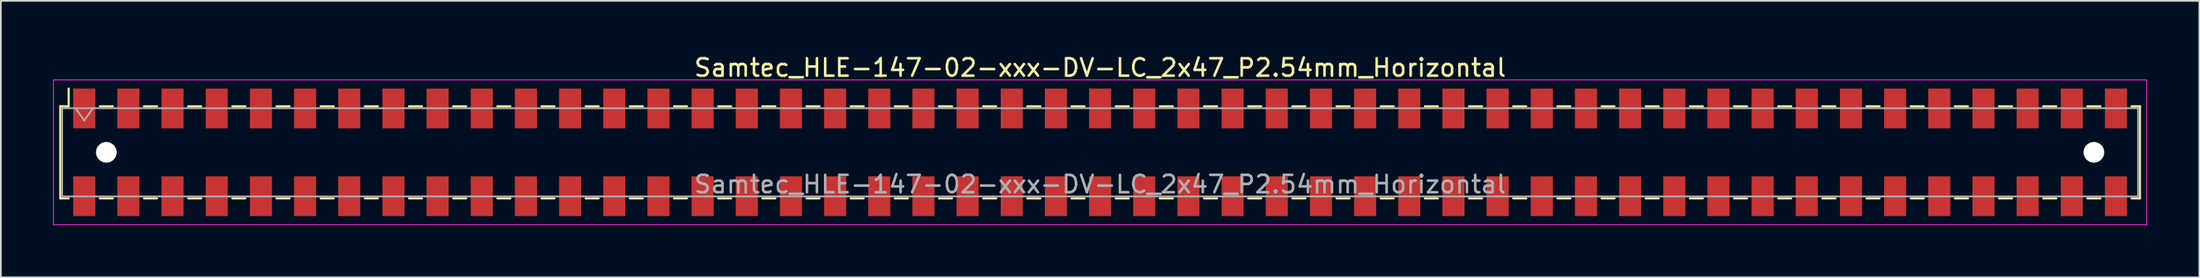
<source format=kicad_pcb>
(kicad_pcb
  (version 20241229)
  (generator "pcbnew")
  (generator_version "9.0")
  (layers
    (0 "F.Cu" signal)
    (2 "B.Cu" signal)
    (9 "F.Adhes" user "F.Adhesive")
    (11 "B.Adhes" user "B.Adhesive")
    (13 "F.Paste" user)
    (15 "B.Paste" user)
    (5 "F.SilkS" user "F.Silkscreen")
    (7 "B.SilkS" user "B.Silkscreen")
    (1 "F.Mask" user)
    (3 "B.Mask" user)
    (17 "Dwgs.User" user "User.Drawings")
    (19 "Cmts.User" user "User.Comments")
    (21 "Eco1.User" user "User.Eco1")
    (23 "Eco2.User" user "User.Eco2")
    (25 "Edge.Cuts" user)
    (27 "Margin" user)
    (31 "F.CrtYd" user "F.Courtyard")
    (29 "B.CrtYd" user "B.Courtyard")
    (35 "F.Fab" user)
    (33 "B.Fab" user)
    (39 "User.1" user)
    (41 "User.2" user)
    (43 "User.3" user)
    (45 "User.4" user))
  (footprint "Samtec_HLE-147-02-xxx-DV-LC_2x47_P2.54mm_Horizontal"
    (layer "F.Cu")
    (at 60.215 5.718)
    (property "Reference" "Samtec_HLE-147-02-xxx-DV-LC_2x47_P2.54mm_Horizontal" (at 0 -4.87 0) (layer "F.SilkS") (effects (font (size 1 1) (thickness 0.15))))
    (attr smd)
    (fp_line (start -59.8 -2.65) (end -59.8 2.65) (stroke (width 0.12) (type solid)) (layer "F.SilkS"))
    (fp_line (start -59.8 2.65) (end -59.315 2.65) (stroke (width 0.12) (type solid)) (layer "F.SilkS"))
    (fp_line (start -59.315 -3.67) (end -59.315 -2.65) (stroke (width 0.12) (type solid)) (layer "F.SilkS"))
    (fp_line (start -59.315 -2.65) (end -59.8 -2.65) (stroke (width 0.12) (type solid)) (layer "F.SilkS"))
    (fp_line (start -57.525 -2.65) (end -56.775 -2.65) (stroke (width 0.12) (type solid)) (layer "F.SilkS"))
    (fp_line (start -57.525 2.65) (end -56.775 2.65) (stroke (width 0.12) (type solid)) (layer "F.SilkS"))
    (fp_line (start -54.985 -2.65) (end -54.235 -2.65) (stroke (width 0.12) (type solid)) (layer "F.SilkS"))
    (fp_line (start -54.985 2.65) (end -54.235 2.65) (stroke (width 0.12) (type solid)) (layer "F.SilkS"))
    (fp_line (start -52.445 -2.65) (end -51.695 -2.65) (stroke (width 0.12) (type solid)) (layer "F.SilkS"))
    (fp_line (start -52.445 2.65) (end -51.695 2.65) (stroke (width 0.12) (type solid)) (layer "F.SilkS"))
    (fp_line (start -49.905 -2.65) (end -49.155 -2.65) (stroke (width 0.12) (type solid)) (layer "F.SilkS"))
    (fp_line (start -49.905 2.65) (end -49.155 2.65) (stroke (width 0.12) (type solid)) (layer "F.SilkS"))
    (fp_line (start -47.365 -2.65) (end -46.615 -2.65) (stroke (width 0.12) (type solid)) (layer "F.SilkS"))
    (fp_line (start -47.365 2.65) (end -46.615 2.65) (stroke (width 0.12) (type solid)) (layer "F.SilkS"))
    (fp_line (start -44.825 -2.65) (end -44.075 -2.65) (stroke (width 0.12) (type solid)) (layer "F.SilkS"))
    (fp_line (start -44.825 2.65) (end -44.075 2.65) (stroke (width 0.12) (type solid)) (layer "F.SilkS"))
    (fp_line (start -42.285 -2.65) (end -41.535 -2.65) (stroke (width 0.12) (type solid)) (layer "F.SilkS"))
    (fp_line (start -42.285 2.65) (end -41.535 2.65) (stroke (width 0.12) (type solid)) (layer "F.SilkS"))
    (fp_line (start -39.745 -2.65) (end -38.995 -2.65) (stroke (width 0.12) (type solid)) (layer "F.SilkS"))
    (fp_line (start -39.745 2.65) (end -38.995 2.65) (stroke (width 0.12) (type solid)) (layer "F.SilkS"))
    (fp_line (start -37.205 -2.65) (end -36.455 -2.65) (stroke (width 0.12) (type solid)) (layer "F.SilkS"))
    (fp_line (start -37.205 2.65) (end -36.455 2.65) (stroke (width 0.12) (type solid)) (layer "F.SilkS"))
    (fp_line (start -34.665 -2.65) (end -33.915 -2.65) (stroke (width 0.12) (type solid)) (layer "F.SilkS"))
    (fp_line (start -34.665 2.65) (end -33.915 2.65) (stroke (width 0.12) (type solid)) (layer "F.SilkS"))
    (fp_line (start -32.125 -2.65) (end -31.375 -2.65) (stroke (width 0.12) (type solid)) (layer "F.SilkS"))
    (fp_line (start -32.125 2.65) (end -31.375 2.65) (stroke (width 0.12) (type solid)) (layer "F.SilkS"))
    (fp_line (start -29.585 -2.65) (end -28.835 -2.65) (stroke (width 0.12) (type solid)) (layer "F.SilkS"))
    (fp_line (start -29.585 2.65) (end -28.835 2.65) (stroke (width 0.12) (type solid)) (layer "F.SilkS"))
    (fp_line (start -27.045 -2.65) (end -26.295 -2.65) (stroke (width 0.12) (type solid)) (layer "F.SilkS"))
    (fp_line (start -27.045 2.65) (end -26.295 2.65) (stroke (width 0.12) (type solid)) (layer "F.SilkS"))
    (fp_line (start -24.505 -2.65) (end -23.755 -2.65) (stroke (width 0.12) (type solid)) (layer "F.SilkS"))
    (fp_line (start -24.505 2.65) (end -23.755 2.65) (stroke (width 0.12) (type solid)) (layer "F.SilkS"))
    (fp_line (start -21.965 -2.65) (end -21.215 -2.65) (stroke (width 0.12) (type solid)) (layer "F.SilkS"))
    (fp_line (start -21.965 2.65) (end -21.215 2.65) (stroke (width 0.12) (type solid)) (layer "F.SilkS"))
    (fp_line (start -19.425 -2.65) (end -18.675 -2.65) (stroke (width 0.12) (type solid)) (layer "F.SilkS"))
    (fp_line (start -19.425 2.65) (end -18.675 2.65) (stroke (width 0.12) (type solid)) (layer "F.SilkS"))
    (fp_line (start -16.885 -2.65) (end -16.135 -2.65) (stroke (width 0.12) (type solid)) (layer "F.SilkS"))
    (fp_line (start -16.885 2.65) (end -16.135 2.65) (stroke (width 0.12) (type solid)) (layer "F.SilkS"))
    (fp_line (start -14.345 -2.65) (end -13.595 -2.65) (stroke (width 0.12) (type solid)) (layer "F.SilkS"))
    (fp_line (start -14.345 2.65) (end -13.595 2.65) (stroke (width 0.12) (type solid)) (layer "F.SilkS"))
    (fp_line (start -11.805 -2.65) (end -11.055 -2.65) (stroke (width 0.12) (type solid)) (layer "F.SilkS"))
    (fp_line (start -11.805 2.65) (end -11.055 2.65) (stroke (width 0.12) (type solid)) (layer "F.SilkS"))
    (fp_line (start -9.265 -2.65) (end -8.515 -2.65) (stroke (width 0.12) (type solid)) (layer "F.SilkS"))
    (fp_line (start -9.265 2.65) (end -8.515 2.65) (stroke (width 0.12) (type solid)) (layer "F.SilkS"))
    (fp_line (start -6.725 -2.65) (end -5.975 -2.65) (stroke (width 0.12) (type solid)) (layer "F.SilkS"))
    (fp_line (start -6.725 2.65) (end -5.975 2.65) (stroke (width 0.12) (type solid)) (layer "F.SilkS"))
    (fp_line (start -4.185 -2.65) (end -3.435 -2.65) (stroke (width 0.12) (type solid)) (layer "F.SilkS"))
    (fp_line (start -4.185 2.65) (end -3.435 2.65) (stroke (width 0.12) (type solid)) (layer "F.SilkS"))
    (fp_line (start -1.645 -2.65) (end -0.895 -2.65) (stroke (width 0.12) (type solid)) (layer "F.SilkS"))
    (fp_line (start -1.645 2.65) (end -0.895 2.65) (stroke (width 0.12) (type solid)) (layer "F.SilkS"))
    (fp_line (start 0.895 -2.65) (end 1.645 -2.65) (stroke (width 0.12) (type solid)) (layer "F.SilkS"))
    (fp_line (start 0.895 2.65) (end 1.645 2.65) (stroke (width 0.12) (type solid)) (layer "F.SilkS"))
    (fp_line (start 3.435 -2.65) (end 4.185 -2.65) (stroke (width 0.12) (type solid)) (layer "F.SilkS"))
    (fp_line (start 3.435 2.65) (end 4.185 2.65) (stroke (width 0.12) (type solid)) (layer "F.SilkS"))
    (fp_line (start 5.975 -2.65) (end 6.725 -2.65) (stroke (width 0.12) (type solid)) (layer "F.SilkS"))
    (fp_line (start 5.975 2.65) (end 6.725 2.65) (stroke (width 0.12) (type solid)) (layer "F.SilkS"))
    (fp_line (start 8.515 -2.65) (end 9.265 -2.65) (stroke (width 0.12) (type solid)) (layer "F.SilkS"))
    (fp_line (start 8.515 2.65) (end 9.265 2.65) (stroke (width 0.12) (type solid)) (layer "F.SilkS"))
    (fp_line (start 11.055 -2.65) (end 11.805 -2.65) (stroke (width 0.12) (type solid)) (layer "F.SilkS"))
    (fp_line (start 11.055 2.65) (end 11.805 2.65) (stroke (width 0.12) (type solid)) (layer "F.SilkS"))
    (fp_line (start 13.595 -2.65) (end 14.345 -2.65) (stroke (width 0.12) (type solid)) (layer "F.SilkS"))
    (fp_line (start 13.595 2.65) (end 14.345 2.65) (stroke (width 0.12) (type solid)) (layer "F.SilkS"))
    (fp_line (start 16.135 -2.65) (end 16.885 -2.65) (stroke (width 0.12) (type solid)) (layer "F.SilkS"))
    (fp_line (start 16.135 2.65) (end 16.885 2.65) (stroke (width 0.12) (type solid)) (layer "F.SilkS"))
    (fp_line (start 18.675 -2.65) (end 19.425 -2.65) (stroke (width 0.12) (type solid)) (layer "F.SilkS"))
    (fp_line (start 18.675 2.65) (end 19.425 2.65) (stroke (width 0.12) (type solid)) (layer "F.SilkS"))
    (fp_line (start 21.215 -2.65) (end 21.965 -2.65) (stroke (width 0.12) (type solid)) (layer "F.SilkS"))
    (fp_line (start 21.215 2.65) (end 21.965 2.65) (stroke (width 0.12) (type solid)) (layer "F.SilkS"))
    (fp_line (start 23.755 -2.65) (end 24.505 -2.65) (stroke (width 0.12) (type solid)) (layer "F.SilkS"))
    (fp_line (start 23.755 2.65) (end 24.505 2.65) (stroke (width 0.12) (type solid)) (layer "F.SilkS"))
    (fp_line (start 26.295 -2.65) (end 27.045 -2.65) (stroke (width 0.12) (type solid)) (layer "F.SilkS"))
    (fp_line (start 26.295 2.65) (end 27.045 2.65) (stroke (width 0.12) (type solid)) (layer "F.SilkS"))
    (fp_line (start 28.835 -2.65) (end 29.585 -2.65) (stroke (width 0.12) (type solid)) (layer "F.SilkS"))
    (fp_line (start 28.835 2.65) (end 29.585 2.65) (stroke (width 0.12) (type solid)) (layer "F.SilkS"))
    (fp_line (start 31.375 -2.65) (end 32.125 -2.65) (stroke (width 0.12) (type solid)) (layer "F.SilkS"))
    (fp_line (start 31.375 2.65) (end 32.125 2.65) (stroke (width 0.12) (type solid)) (layer "F.SilkS"))
    (fp_line (start 33.915 -2.65) (end 34.665 -2.65) (stroke (width 0.12) (type solid)) (layer "F.SilkS"))
    (fp_line (start 33.915 2.65) (end 34.665 2.65) (stroke (width 0.12) (type solid)) (layer "F.SilkS"))
    (fp_line (start 36.455 -2.65) (end 37.205 -2.65) (stroke (width 0.12) (type solid)) (layer "F.SilkS"))
    (fp_line (start 36.455 2.65) (end 37.205 2.65) (stroke (width 0.12) (type solid)) (layer "F.SilkS"))
    (fp_line (start 38.995 -2.65) (end 39.745 -2.65) (stroke (width 0.12) (type solid)) (layer "F.SilkS"))
    (fp_line (start 38.995 2.65) (end 39.745 2.65) (stroke (width 0.12) (type solid)) (layer "F.SilkS"))
    (fp_line (start 41.535 -2.65) (end 42.285 -2.65) (stroke (width 0.12) (type solid)) (layer "F.SilkS"))
    (fp_line (start 41.535 2.65) (end 42.285 2.65) (stroke (width 0.12) (type solid)) (layer "F.SilkS"))
    (fp_line (start 44.075 -2.65) (end 44.825 -2.65) (stroke (width 0.12) (type solid)) (layer "F.SilkS"))
    (fp_line (start 44.075 2.65) (end 44.825 2.65) (stroke (width 0.12) (type solid)) (layer "F.SilkS"))
    (fp_line (start 46.615 -2.65) (end 47.365 -2.65) (stroke (width 0.12) (type solid)) (layer "F.SilkS"))
    (fp_line (start 46.615 2.65) (end 47.365 2.65) (stroke (width 0.12) (type solid)) (layer "F.SilkS"))
    (fp_line (start 49.155 -2.65) (end 49.905 -2.65) (stroke (width 0.12) (type solid)) (layer "F.SilkS"))
    (fp_line (start 49.155 2.65) (end 49.905 2.65) (stroke (width 0.12) (type solid)) (layer "F.SilkS"))
    (fp_line (start 51.695 -2.65) (end 52.445 -2.65) (stroke (width 0.12) (type solid)) (layer "F.SilkS"))
    (fp_line (start 51.695 2.65) (end 52.445 2.65) (stroke (width 0.12) (type solid)) (layer "F.SilkS"))
    (fp_line (start 54.235 -2.65) (end 54.985 -2.65) (stroke (width 0.12) (type solid)) (layer "F.SilkS"))
    (fp_line (start 54.235 2.65) (end 54.985 2.65) (stroke (width 0.12) (type solid)) (layer "F.SilkS"))
    (fp_line (start 56.775 -2.65) (end 57.525 -2.65) (stroke (width 0.12) (type solid)) (layer "F.SilkS"))
    (fp_line (start 56.775 2.65) (end 57.525 2.65) (stroke (width 0.12) (type solid)) (layer "F.SilkS"))
    (fp_line (start 59.315 -2.65) (end 59.8 -2.65) (stroke (width 0.12) (type solid)) (layer "F.SilkS"))
    (fp_line (start 59.8 -2.65) (end 59.8 2.65) (stroke (width 0.12) (type solid)) (layer "F.SilkS"))
    (fp_line (start 59.8 2.65) (end 59.315 2.65) (stroke (width 0.12) (type solid)) (layer "F.SilkS"))
    (fp_line (start -60.19 -4.17) (end 60.19 -4.17) (stroke (width 0.05) (type solid)) (layer "F.CrtYd"))
    (fp_line (start -60.19 4.17) (end -60.19 -4.17) (stroke (width 0.05) (type solid)) (layer "F.CrtYd"))
    (fp_line (start 60.19 -4.17) (end 60.19 4.17) (stroke (width 0.05) (type solid)) (layer "F.CrtYd"))
    (fp_line (start 60.19 4.17) (end -60.19 4.17) (stroke (width 0.05) (type solid)) (layer "F.CrtYd"))
    (fp_line (start -59.69 -2.54) (end 59.69 -2.54) (stroke (width 0.1) (type solid)) (layer "F.Fab"))
    (fp_line (start -59.69 2.54) (end -59.69 -2.54) (stroke (width 0.1) (type solid)) (layer "F.Fab"))
    (fp_line (start -58.92 -2.54) (end -58.42 -1.833) (stroke (width 0.1) (type solid)) (layer "F.Fab"))
    (fp_line (start -58.42 -1.833) (end -57.92 -2.54) (stroke (width 0.1) (type solid)) (layer "F.Fab"))
    (fp_line (start 59.69 -2.54) (end 59.69 2.54) (stroke (width 0.1) (type solid)) (layer "F.Fab"))
    (fp_line (start 59.69 2.54) (end -59.69 2.54) (stroke (width 0.1) (type solid)) (layer "F.Fab"))
    (fp_text user "${REFERENCE}" (at 0 1.84 0) (layer "F.Fab") (effects (font (size 1 1) (thickness 0.15))))
    (pad "" np_thru_hole circle (at -57.15 0) (size 1.19 1.19) (drill 1.19) (layers "*.Cu" "*.Mask"))
    (pad "" np_thru_hole circle (at 57.15 0) (size 1.19 1.19) (drill 1.19) (layers "*.Cu" "*.Mask"))
    (pad "1" smd rect (at -58.42 -2.525) (size 1.27 2.29) (layers "F.Cu" "F.Mask" "F.Paste"))
    (pad "2" smd rect (at -58.42 2.525) (size 1.27 2.29) (layers "F.Cu" "F.Mask" "F.Paste"))
    (pad "3" smd rect (at -55.88 -2.525) (size 1.27 2.29) (layers "F.Cu" "F.Mask" "F.Paste"))
    (pad "4" smd rect (at -55.88 2.525) (size 1.27 2.29) (layers "F.Cu" "F.Mask" "F.Paste"))
    (pad "5" smd rect (at -53.34 -2.525) (size 1.27 2.29) (layers "F.Cu" "F.Mask" "F.Paste"))
    (pad "6" smd rect (at -53.34 2.525) (size 1.27 2.29) (layers "F.Cu" "F.Mask" "F.Paste"))
    (pad "7" smd rect (at -50.8 -2.525) (size 1.27 2.29) (layers "F.Cu" "F.Mask" "F.Paste"))
    (pad "8" smd rect (at -50.8 2.525) (size 1.27 2.29) (layers "F.Cu" "F.Mask" "F.Paste"))
    (pad "9" smd rect (at -48.26 -2.525) (size 1.27 2.29) (layers "F.Cu" "F.Mask" "F.Paste"))
    (pad "10" smd rect (at -48.26 2.525) (size 1.27 2.29) (layers "F.Cu" "F.Mask" "F.Paste"))
    (pad "11" smd rect (at -45.72 -2.525) (size 1.27 2.29) (layers "F.Cu" "F.Mask" "F.Paste"))
    (pad "12" smd rect (at -45.72 2.525) (size 1.27 2.29) (layers "F.Cu" "F.Mask" "F.Paste"))
    (pad "13" smd rect (at -43.18 -2.525) (size 1.27 2.29) (layers "F.Cu" "F.Mask" "F.Paste"))
    (pad "14" smd rect (at -43.18 2.525) (size 1.27 2.29) (layers "F.Cu" "F.Mask" "F.Paste"))
    (pad "15" smd rect (at -40.64 -2.525) (size 1.27 2.29) (layers "F.Cu" "F.Mask" "F.Paste"))
    (pad "16" smd rect (at -40.64 2.525) (size 1.27 2.29) (layers "F.Cu" "F.Mask" "F.Paste"))
    (pad "17" smd rect (at -38.1 -2.525) (size 1.27 2.29) (layers "F.Cu" "F.Mask" "F.Paste"))
    (pad "18" smd rect (at -38.1 2.525) (size 1.27 2.29) (layers "F.Cu" "F.Mask" "F.Paste"))
    (pad "19" smd rect (at -35.56 -2.525) (size 1.27 2.29) (layers "F.Cu" "F.Mask" "F.Paste"))
    (pad "20" smd rect (at -35.56 2.525) (size 1.27 2.29) (layers "F.Cu" "F.Mask" "F.Paste"))
    (pad "21" smd rect (at -33.02 -2.525) (size 1.27 2.29) (layers "F.Cu" "F.Mask" "F.Paste"))
    (pad "22" smd rect (at -33.02 2.525) (size 1.27 2.29) (layers "F.Cu" "F.Mask" "F.Paste"))
    (pad "23" smd rect (at -30.48 -2.525) (size 1.27 2.29) (layers "F.Cu" "F.Mask" "F.Paste"))
    (pad "24" smd rect (at -30.48 2.525) (size 1.27 2.29) (layers "F.Cu" "F.Mask" "F.Paste"))
    (pad "25" smd rect (at -27.94 -2.525) (size 1.27 2.29) (layers "F.Cu" "F.Mask" "F.Paste"))
    (pad "26" smd rect (at -27.94 2.525) (size 1.27 2.29) (layers "F.Cu" "F.Mask" "F.Paste"))
    (pad "27" smd rect (at -25.4 -2.525) (size 1.27 2.29) (layers "F.Cu" "F.Mask" "F.Paste"))
    (pad "28" smd rect (at -25.4 2.525) (size 1.27 2.29) (layers "F.Cu" "F.Mask" "F.Paste"))
    (pad "29" smd rect (at -22.86 -2.525) (size 1.27 2.29) (layers "F.Cu" "F.Mask" "F.Paste"))
    (pad "30" smd rect (at -22.86 2.525) (size 1.27 2.29) (layers "F.Cu" "F.Mask" "F.Paste"))
    (pad "31" smd rect (at -20.32 -2.525) (size 1.27 2.29) (layers "F.Cu" "F.Mask" "F.Paste"))
    (pad "32" smd rect (at -20.32 2.525) (size 1.27 2.29) (layers "F.Cu" "F.Mask" "F.Paste"))
    (pad "33" smd rect (at -17.78 -2.525) (size 1.27 2.29) (layers "F.Cu" "F.Mask" "F.Paste"))
    (pad "34" smd rect (at -17.78 2.525) (size 1.27 2.29) (layers "F.Cu" "F.Mask" "F.Paste"))
    (pad "35" smd rect (at -15.24 -2.525) (size 1.27 2.29) (layers "F.Cu" "F.Mask" "F.Paste"))
    (pad "36" smd rect (at -15.24 2.525) (size 1.27 2.29) (layers "F.Cu" "F.Mask" "F.Paste"))
    (pad "37" smd rect (at -12.7 -2.525) (size 1.27 2.29) (layers "F.Cu" "F.Mask" "F.Paste"))
    (pad "38" smd rect (at -12.7 2.525) (size 1.27 2.29) (layers "F.Cu" "F.Mask" "F.Paste"))
    (pad "39" smd rect (at -10.16 -2.525) (size 1.27 2.29) (layers "F.Cu" "F.Mask" "F.Paste"))
    (pad "40" smd rect (at -10.16 2.525) (size 1.27 2.29) (layers "F.Cu" "F.Mask" "F.Paste"))
    (pad "41" smd rect (at -7.62 -2.525) (size 1.27 2.29) (layers "F.Cu" "F.Mask" "F.Paste"))
    (pad "42" smd rect (at -7.62 2.525) (size 1.27 2.29) (layers "F.Cu" "F.Mask" "F.Paste"))
    (pad "43" smd rect (at -5.08 -2.525) (size 1.27 2.29) (layers "F.Cu" "F.Mask" "F.Paste"))
    (pad "44" smd rect (at -5.08 2.525) (size 1.27 2.29) (layers "F.Cu" "F.Mask" "F.Paste"))
    (pad "45" smd rect (at -2.54 -2.525) (size 1.27 2.29) (layers "F.Cu" "F.Mask" "F.Paste"))
    (pad "46" smd rect (at -2.54 2.525) (size 1.27 2.29) (layers "F.Cu" "F.Mask" "F.Paste"))
    (pad "47" smd rect (at 0 -2.525) (size 1.27 2.29) (layers "F.Cu" "F.Mask" "F.Paste"))
    (pad "48" smd rect (at 0 2.525) (size 1.27 2.29) (layers "F.Cu" "F.Mask" "F.Paste"))
    (pad "49" smd rect (at 2.54 -2.525) (size 1.27 2.29) (layers "F.Cu" "F.Mask" "F.Paste"))
    (pad "50" smd rect (at 2.54 2.525) (size 1.27 2.29) (layers "F.Cu" "F.Mask" "F.Paste"))
    (pad "51" smd rect (at 5.08 -2.525) (size 1.27 2.29) (layers "F.Cu" "F.Mask" "F.Paste"))
    (pad "52" smd rect (at 5.08 2.525) (size 1.27 2.29) (layers "F.Cu" "F.Mask" "F.Paste"))
    (pad "53" smd rect (at 7.62 -2.525) (size 1.27 2.29) (layers "F.Cu" "F.Mask" "F.Paste"))
    (pad "54" smd rect (at 7.62 2.525) (size 1.27 2.29) (layers "F.Cu" "F.Mask" "F.Paste"))
    (pad "55" smd rect (at 10.16 -2.525) (size 1.27 2.29) (layers "F.Cu" "F.Mask" "F.Paste"))
    (pad "56" smd rect (at 10.16 2.525) (size 1.27 2.29) (layers "F.Cu" "F.Mask" "F.Paste"))
    (pad "57" smd rect (at 12.7 -2.525) (size 1.27 2.29) (layers "F.Cu" "F.Mask" "F.Paste"))
    (pad "58" smd rect (at 12.7 2.525) (size 1.27 2.29) (layers "F.Cu" "F.Mask" "F.Paste"))
    (pad "59" smd rect (at 15.24 -2.525) (size 1.27 2.29) (layers "F.Cu" "F.Mask" "F.Paste"))
    (pad "60" smd rect (at 15.24 2.525) (size 1.27 2.29) (layers "F.Cu" "F.Mask" "F.Paste"))
    (pad "61" smd rect (at 17.78 -2.525) (size 1.27 2.29) (layers "F.Cu" "F.Mask" "F.Paste"))
    (pad "62" smd rect (at 17.78 2.525) (size 1.27 2.29) (layers "F.Cu" "F.Mask" "F.Paste"))
    (pad "63" smd rect (at 20.32 -2.525) (size 1.27 2.29) (layers "F.Cu" "F.Mask" "F.Paste"))
    (pad "64" smd rect (at 20.32 2.525) (size 1.27 2.29) (layers "F.Cu" "F.Mask" "F.Paste"))
    (pad "65" smd rect (at 22.86 -2.525) (size 1.27 2.29) (layers "F.Cu" "F.Mask" "F.Paste"))
    (pad "66" smd rect (at 22.86 2.525) (size 1.27 2.29) (layers "F.Cu" "F.Mask" "F.Paste"))
    (pad "67" smd rect (at 25.4 -2.525) (size 1.27 2.29) (layers "F.Cu" "F.Mask" "F.Paste"))
    (pad "68" smd rect (at 25.4 2.525) (size 1.27 2.29) (layers "F.Cu" "F.Mask" "F.Paste"))
    (pad "69" smd rect (at 27.94 -2.525) (size 1.27 2.29) (layers "F.Cu" "F.Mask" "F.Paste"))
    (pad "70" smd rect (at 27.94 2.525) (size 1.27 2.29) (layers "F.Cu" "F.Mask" "F.Paste"))
    (pad "71" smd rect (at 30.48 -2.525) (size 1.27 2.29) (layers "F.Cu" "F.Mask" "F.Paste"))
    (pad "72" smd rect (at 30.48 2.525) (size 1.27 2.29) (layers "F.Cu" "F.Mask" "F.Paste"))
    (pad "73" smd rect (at 33.02 -2.525) (size 1.27 2.29) (layers "F.Cu" "F.Mask" "F.Paste"))
    (pad "74" smd rect (at 33.02 2.525) (size 1.27 2.29) (layers "F.Cu" "F.Mask" "F.Paste"))
    (pad "75" smd rect (at 35.56 -2.525) (size 1.27 2.29) (layers "F.Cu" "F.Mask" "F.Paste"))
    (pad "76" smd rect (at 35.56 2.525) (size 1.27 2.29) (layers "F.Cu" "F.Mask" "F.Paste"))
    (pad "77" smd rect (at 38.1 -2.525) (size 1.27 2.29) (layers "F.Cu" "F.Mask" "F.Paste"))
    (pad "78" smd rect (at 38.1 2.525) (size 1.27 2.29) (layers "F.Cu" "F.Mask" "F.Paste"))
    (pad "79" smd rect (at 40.64 -2.525) (size 1.27 2.29) (layers "F.Cu" "F.Mask" "F.Paste"))
    (pad "80" smd rect (at 40.64 2.525) (size 1.27 2.29) (layers "F.Cu" "F.Mask" "F.Paste"))
    (pad "81" smd rect (at 43.18 -2.525) (size 1.27 2.29) (layers "F.Cu" "F.Mask" "F.Paste"))
    (pad "82" smd rect (at 43.18 2.525) (size 1.27 2.29) (layers "F.Cu" "F.Mask" "F.Paste"))
    (pad "83" smd rect (at 45.72 -2.525) (size 1.27 2.29) (layers "F.Cu" "F.Mask" "F.Paste"))
    (pad "84" smd rect (at 45.72 2.525) (size 1.27 2.29) (layers "F.Cu" "F.Mask" "F.Paste"))
    (pad "85" smd rect (at 48.26 -2.525) (size 1.27 2.29) (layers "F.Cu" "F.Mask" "F.Paste"))
    (pad "86" smd rect (at 48.26 2.525) (size 1.27 2.29) (layers "F.Cu" "F.Mask" "F.Paste"))
    (pad "87" smd rect (at 50.8 -2.525) (size 1.27 2.29) (layers "F.Cu" "F.Mask" "F.Paste"))
    (pad "88" smd rect (at 50.8 2.525) (size 1.27 2.29) (layers "F.Cu" "F.Mask" "F.Paste"))
    (pad "89" smd rect (at 53.34 -2.525) (size 1.27 2.29) (layers "F.Cu" "F.Mask" "F.Paste"))
    (pad "90" smd rect (at 53.34 2.525) (size 1.27 2.29) (layers "F.Cu" "F.Mask" "F.Paste"))
    (pad "91" smd rect (at 55.88 -2.525) (size 1.27 2.29) (layers "F.Cu" "F.Mask" "F.Paste"))
    (pad "92" smd rect (at 55.88 2.525) (size 1.27 2.29) (layers "F.Cu" "F.Mask" "F.Paste"))
    (pad "93" smd rect (at 58.42 -2.525) (size 1.27 2.29) (layers "F.Cu" "F.Mask" "F.Paste"))
    (pad "94" smd rect (at 58.42 2.525) (size 1.27 2.29) (layers "F.Cu" "F.Mask" "F.Paste")))
  (gr_rect
    (start -3 -3)
    (end 123.43 12.913)
    (stroke (width 0.1) (type default))
    (fill no)
    (layer "Edge.Cuts")))
</source>
